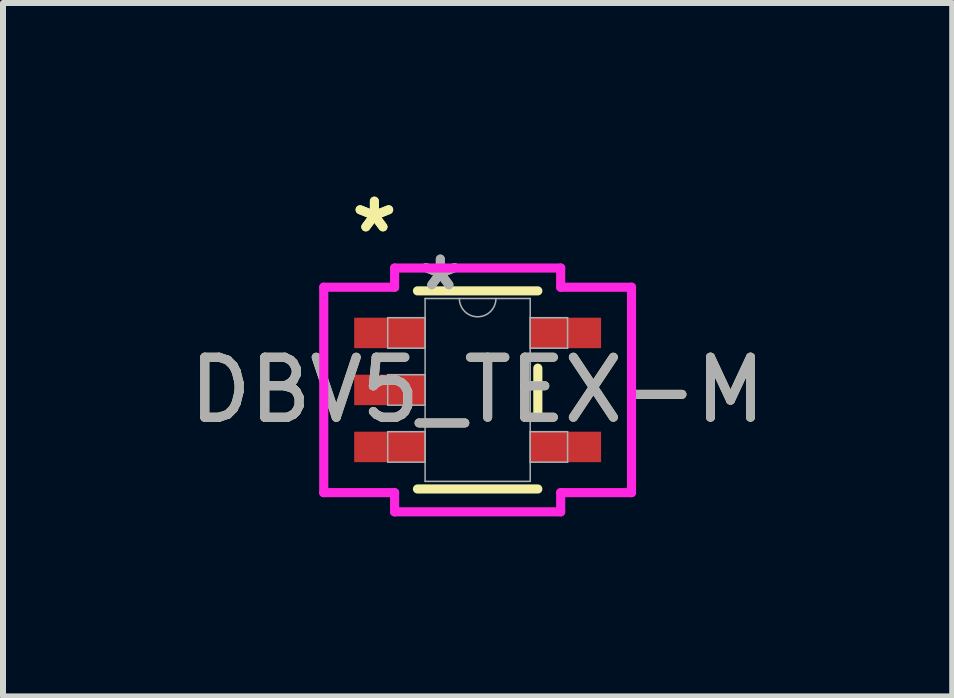
<source format=kicad_pcb>
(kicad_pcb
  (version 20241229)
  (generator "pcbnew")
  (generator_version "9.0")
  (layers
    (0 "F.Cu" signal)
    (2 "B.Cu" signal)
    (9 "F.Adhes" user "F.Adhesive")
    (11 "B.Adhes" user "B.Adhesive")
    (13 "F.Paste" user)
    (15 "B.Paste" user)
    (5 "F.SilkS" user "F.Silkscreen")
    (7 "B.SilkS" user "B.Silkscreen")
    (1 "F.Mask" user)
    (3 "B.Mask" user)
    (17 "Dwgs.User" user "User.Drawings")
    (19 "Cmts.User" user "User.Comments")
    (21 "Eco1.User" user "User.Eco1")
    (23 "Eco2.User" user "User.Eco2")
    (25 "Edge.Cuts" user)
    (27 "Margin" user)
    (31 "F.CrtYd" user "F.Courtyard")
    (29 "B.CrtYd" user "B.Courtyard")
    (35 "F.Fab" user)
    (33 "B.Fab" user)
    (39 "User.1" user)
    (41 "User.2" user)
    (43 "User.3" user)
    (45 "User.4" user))
  (footprint "DBV5_TEX-M"
    (layer "F.Cu")
    (at 4.911 3.449)
    (property "Reference" "DBV5_TEX-M" (at 0 0 0) (unlocked yes) (layer "F.SilkS") (effects (font (size 1 1) (thickness 0.15))))
    (attr smd)
    (fp_line (start -1.003 1.651) (end 1.003 1.651) (stroke (width 0.152) (type solid)) (layer "F.SilkS"))
    (fp_line (start 1.003 -1.651) (end -1.003 -1.651) (stroke (width 0.152) (type solid)) (layer "F.SilkS"))
    (fp_line (start 1.003 0.363) (end 1.003 -0.363) (stroke (width 0.152) (type solid)) (layer "F.SilkS"))
    (fp_line (start -2.565 -1.712) (end -1.384 -1.712) (stroke (width 0.152) (type solid)) (layer "F.CrtYd"))
    (fp_line (start -2.565 1.712) (end -2.565 -1.712) (stroke (width 0.152) (type solid)) (layer "F.CrtYd"))
    (fp_line (start -1.384 -2.032) (end 1.384 -2.032) (stroke (width 0.152) (type solid)) (layer "F.CrtYd"))
    (fp_line (start -1.384 -1.712) (end -1.384 -2.032) (stroke (width 0.152) (type solid)) (layer "F.CrtYd"))
    (fp_line (start -1.384 1.712) (end -2.565 1.712) (stroke (width 0.152) (type solid)) (layer "F.CrtYd"))
    (fp_line (start -1.384 2.032) (end -1.384 1.712) (stroke (width 0.152) (type solid)) (layer "F.CrtYd"))
    (fp_line (start 1.384 -2.032) (end 1.384 -1.712) (stroke (width 0.152) (type solid)) (layer "F.CrtYd"))
    (fp_line (start 1.384 -1.712) (end 2.565 -1.712) (stroke (width 0.152) (type solid)) (layer "F.CrtYd"))
    (fp_line (start 1.384 1.712) (end 1.384 2.032) (stroke (width 0.152) (type solid)) (layer "F.CrtYd"))
    (fp_line (start 1.384 2.032) (end -1.384 2.032) (stroke (width 0.152) (type solid)) (layer "F.CrtYd"))
    (fp_line (start 2.565 -1.712) (end 2.565 1.712) (stroke (width 0.152) (type solid)) (layer "F.CrtYd"))
    (fp_line (start 2.565 1.712) (end 1.384 1.712) (stroke (width 0.152) (type solid)) (layer "F.CrtYd"))
    (fp_line (start -1.499 -1.204) (end -1.499 -0.696) (stroke (width 0.025) (type solid)) (layer "F.Fab"))
    (fp_line (start -1.499 -0.696) (end -0.876 -0.696) (stroke (width 0.025) (type solid)) (layer "F.Fab"))
    (fp_line (start -1.499 -0.254) (end -1.499 0.254) (stroke (width 0.025) (type solid)) (layer "F.Fab"))
    (fp_line (start -1.499 0.254) (end -0.876 0.254) (stroke (width 0.025) (type solid)) (layer "F.Fab"))
    (fp_line (start -1.499 0.696) (end -1.499 1.204) (stroke (width 0.025) (type solid)) (layer "F.Fab"))
    (fp_line (start -1.499 1.204) (end -0.876 1.204) (stroke (width 0.025) (type solid)) (layer "F.Fab"))
    (fp_line (start -0.876 -1.524) (end -0.876 1.524) (stroke (width 0.025) (type solid)) (layer "F.Fab"))
    (fp_line (start -0.876 -1.204) (end -1.499 -1.204) (stroke (width 0.025) (type solid)) (layer "F.Fab"))
    (fp_line (start -0.876 -0.696) (end -0.876 -1.204) (stroke (width 0.025) (type solid)) (layer "F.Fab"))
    (fp_line (start -0.876 -0.254) (end -1.499 -0.254) (stroke (width 0.025) (type solid)) (layer "F.Fab"))
    (fp_line (start -0.876 0.254) (end -0.876 -0.254) (stroke (width 0.025) (type solid)) (layer "F.Fab"))
    (fp_line (start -0.876 0.696) (end -1.499 0.696) (stroke (width 0.025) (type solid)) (layer "F.Fab"))
    (fp_line (start -0.876 1.204) (end -0.876 0.696) (stroke (width 0.025) (type solid)) (layer "F.Fab"))
    (fp_line (start -0.876 1.524) (end 0.876 1.524) (stroke (width 0.025) (type solid)) (layer "F.Fab"))
    (fp_line (start 0.876 -1.524) (end -0.876 -1.524) (stroke (width 0.025) (type solid)) (layer "F.Fab"))
    (fp_line (start 0.876 -1.204) (end 0.876 -0.696) (stroke (width 0.025) (type solid)) (layer "F.Fab"))
    (fp_line (start 0.876 -0.696) (end 1.499 -0.696) (stroke (width 0.025) (type solid)) (layer "F.Fab"))
    (fp_line (start 0.876 0.696) (end 0.876 1.204) (stroke (width 0.025) (type solid)) (layer "F.Fab"))
    (fp_line (start 0.876 1.204) (end 1.499 1.204) (stroke (width 0.025) (type solid)) (layer "F.Fab"))
    (fp_line (start 0.876 1.524) (end 0.876 -1.524) (stroke (width 0.025) (type solid)) (layer "F.Fab"))
    (fp_line (start 1.499 -1.204) (end 0.876 -1.204) (stroke (width 0.025) (type solid)) (layer "F.Fab"))
    (fp_line (start 1.499 -0.696) (end 1.499 -1.204) (stroke (width 0.025) (type solid)) (layer "F.Fab"))
    (fp_line (start 1.499 0.696) (end 0.876 0.696) (stroke (width 0.025) (type solid)) (layer "F.Fab"))
    (fp_line (start 1.499 1.204) (end 1.499 0.696) (stroke (width 0.025) (type solid)) (layer "F.Fab"))
    (fp_arc (start 0.3048 -1.524) (mid 0 -1.2192) (end -0.3048 -1.524) (stroke (width 0.0254) (type solid)) (layer "F.Fab"))
    (fp_text user "*" (at -1.721 -2.601 0) (unlocked yes) (layer "F.SilkS") (effects (font (size 1 1) (thickness 0.15))))
    (fp_text user "*" (at -1.721 -2.601 0) (layer "F.SilkS") (effects (font (size 1 1) (thickness 0.15))))
    (fp_text user "*" (at -0.622 -1.636 0) (layer "F.Fab") (effects (font (size 1 1) (thickness 0.15))))
    (fp_text user "${REFERENCE}" (at 0 0 0) (unlocked yes) (layer "F.Fab") (effects (font (size 1 1) (thickness 0.15))))
    (fp_text user "*" (at -0.622 -1.636 0) (unlocked yes) (layer "F.Fab") (effects (font (size 1 1) (thickness 0.15))))
    (pad "1" smd rect (at -1.467 -0.95) (size 1.181 0.508) (layers "F.Cu" "F.Mask" "F.Paste"))
    (pad "2" smd rect (at -1.467 0) (size 1.181 0.508) (layers "F.Cu" "F.Mask" "F.Paste"))
    (pad "3" smd rect (at -1.467 0.95) (size 1.181 0.508) (layers "F.Cu" "F.Mask" "F.Paste"))
    (pad "4" smd rect (at 1.467 0.95) (size 1.181 0.508) (layers "F.Cu" "F.Mask" "F.Paste"))
    (pad "5" smd rect (at 1.467 -0.95) (size 1.181 0.508) (layers "F.Cu" "F.Mask" "F.Paste")))
  (gr_rect
    (start -3 -3)
    (end 12.821 8.557)
    (stroke (width 0.1) (type default))
    (fill no)
    (layer "Edge.Cuts")))
</source>
